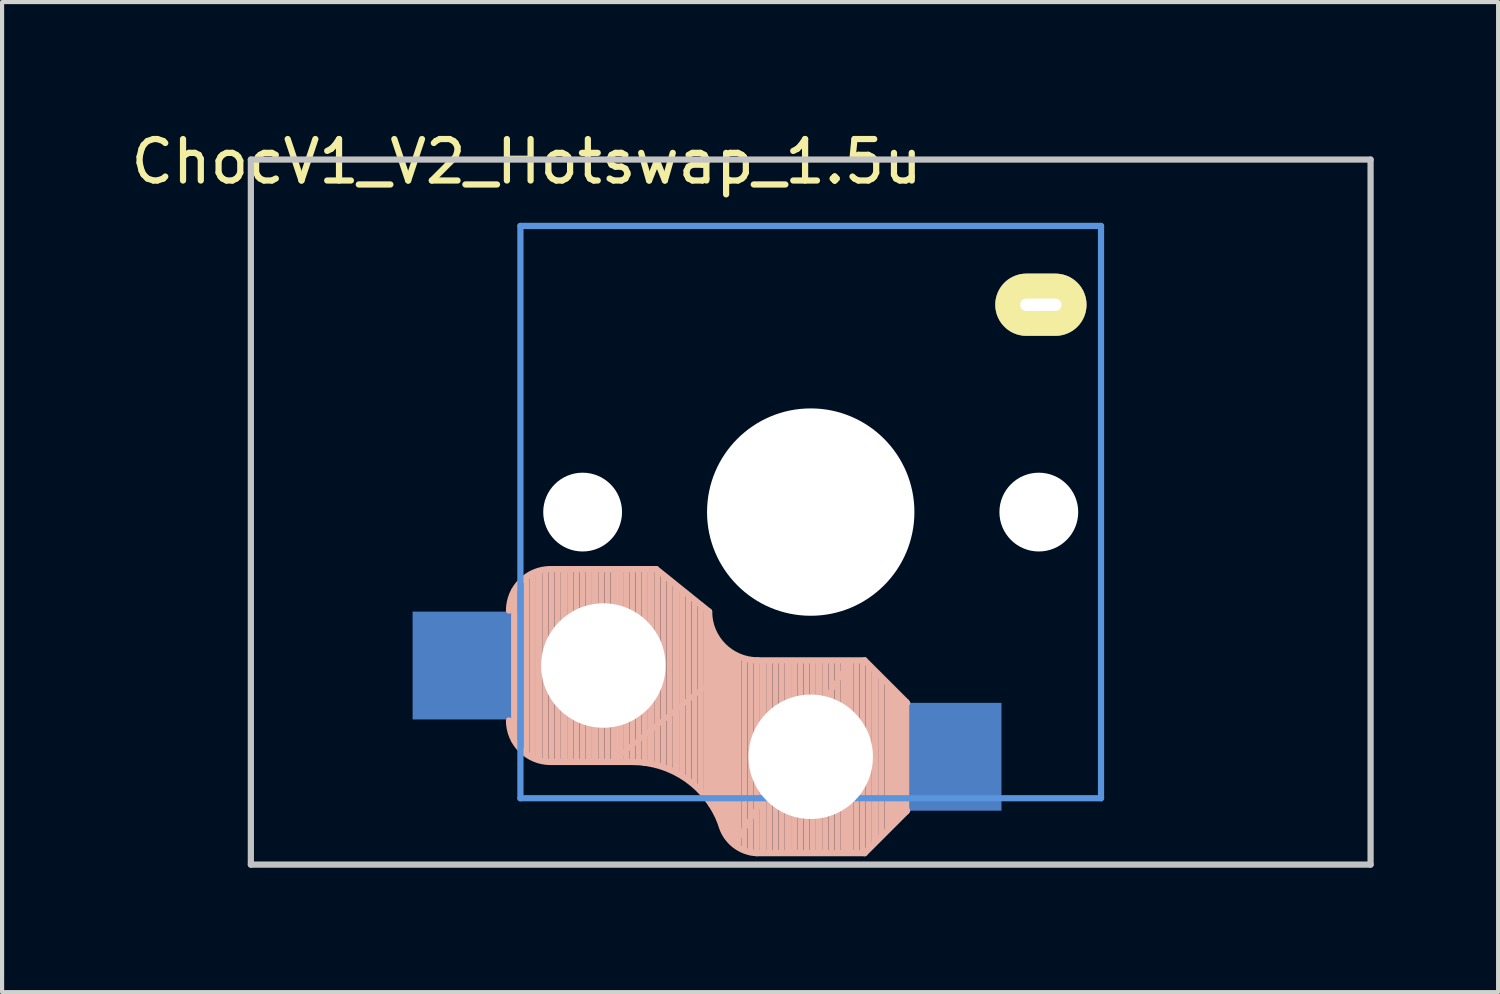
<source format=kicad_pcb>
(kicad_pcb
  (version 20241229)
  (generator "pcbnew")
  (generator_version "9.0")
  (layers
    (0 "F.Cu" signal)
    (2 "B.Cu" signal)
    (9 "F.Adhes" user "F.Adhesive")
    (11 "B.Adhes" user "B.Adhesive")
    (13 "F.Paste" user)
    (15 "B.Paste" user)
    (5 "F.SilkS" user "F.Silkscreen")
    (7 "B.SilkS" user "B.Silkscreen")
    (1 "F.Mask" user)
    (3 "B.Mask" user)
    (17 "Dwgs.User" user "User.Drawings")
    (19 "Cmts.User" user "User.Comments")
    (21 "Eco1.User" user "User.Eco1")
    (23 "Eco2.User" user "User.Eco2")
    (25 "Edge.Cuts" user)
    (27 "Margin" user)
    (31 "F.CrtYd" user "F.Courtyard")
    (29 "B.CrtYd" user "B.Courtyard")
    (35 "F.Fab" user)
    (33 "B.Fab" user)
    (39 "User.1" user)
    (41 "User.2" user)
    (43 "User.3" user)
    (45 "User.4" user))
  (footprint "ChocV1_V2_Hotswap_1.5u"
    (layer "F.Cu")
    (at 16.499 9.298)
    (property "Reference" "ChocV1_V2_Hotswap_1.5u" (at -6.85 -8.45 0) (layer "F.SilkS") (effects (font (size 1 1) (thickness 0.15))))
    (attr through_hole)
    (fp_line (start -7.15 5.5) (end -7.15 1.9) (stroke (width 0.15) (type solid)) (layer "B.SilkS"))
    (fp_line (start -7 5.7) (end -7 1.7) (stroke (width 0.15) (type solid)) (layer "B.SilkS"))
    (fp_line (start -6.85 5.8) (end -6.85 1.6) (stroke (width 0.15) (type solid)) (layer "B.SilkS"))
    (fp_line (start -6.7 5.9) (end -6.7 1.5) (stroke (width 0.15) (type solid)) (layer "B.SilkS"))
    (fp_line (start -6.55 5.95) (end -6.55 1.45) (stroke (width 0.15) (type solid)) (layer "B.SilkS"))
    (fp_line (start -6.4 6) (end -6.4 1.45) (stroke (width 0.15) (type solid)) (layer "B.SilkS"))
    (fp_line (start -6.25 6) (end -6.25 1.4) (stroke (width 0.15) (type solid)) (layer "B.SilkS"))
    (fp_line (start -6.1 6) (end -6.1 1.4) (stroke (width 0.15) (type solid)) (layer "B.SilkS"))
    (fp_line (start -5.95 6) (end -5.95 1.4) (stroke (width 0.15) (type solid)) (layer "B.SilkS"))
    (fp_line (start -5.8 6) (end -5.8 1.4) (stroke (width 0.15) (type solid)) (layer "B.SilkS"))
    (fp_line (start -5.65 6) (end -5.65 1.4) (stroke (width 0.15) (type solid)) (layer "B.SilkS"))
    (fp_line (start -5.5 6) (end -5.5 1.4) (stroke (width 0.15) (type solid)) (layer "B.SilkS"))
    (fp_line (start -5.35 6) (end -5.35 1.4) (stroke (width 0.15) (type solid)) (layer "B.SilkS"))
    (fp_line (start -5.2 6) (end -5.2 1.4) (stroke (width 0.15) (type solid)) (layer "B.SilkS"))
    (fp_line (start -5.05 6) (end -5.05 1.4) (stroke (width 0.15) (type solid)) (layer "B.SilkS"))
    (fp_line (start -4.9 6) (end -4.9 1.4) (stroke (width 0.15) (type solid)) (layer "B.SilkS"))
    (fp_line (start -4.75 6) (end -4.75 1.4) (stroke (width 0.15) (type solid)) (layer "B.SilkS"))
    (fp_line (start -4.65 5.9) (end -4.65 1.4) (stroke (width 0.12) (type solid)) (layer "B.SilkS"))
    (fp_line (start -4.6 6) (end -4.6 1.4) (stroke (width 0.15) (type solid)) (layer "B.SilkS"))
    (fp_line (start -4.45 6) (end -4.45 1.4) (stroke (width 0.15) (type solid)) (layer "B.SilkS"))
    (fp_line (start -4.3 6) (end -4.3 1.4) (stroke (width 0.15) (type solid)) (layer "B.SilkS"))
    (fp_line (start -4.3 6.025) (end -6.275 6.025) (stroke (width 0.15) (type solid)) (layer "B.SilkS"))
    (fp_line (start -4.15 6) (end -4.15 1.45) (stroke (width 0.15) (type solid)) (layer "B.SilkS"))
    (fp_line (start -4 6.05) (end -4 1.4) (stroke (width 0.15) (type solid)) (layer "B.SilkS"))
    (fp_line (start -3.85 6.05) (end -3.85 1.4) (stroke (width 0.15) (type solid)) (layer "B.SilkS"))
    (fp_line (start -3.725 1.375) (end -6.275 1.375) (stroke (width 0.15) (type solid)) (layer "B.SilkS"))
    (fp_line (start -3.725 1.375) (end -2.45 2.4) (stroke (width 0.15) (type solid)) (layer "B.SilkS"))
    (fp_line (start -3.7 6.05) (end -3.7 1.45) (stroke (width 0.15) (type solid)) (layer "B.SilkS"))
    (fp_line (start -3.55 6.1) (end -3.55 1.55) (stroke (width 0.15) (type solid)) (layer "B.SilkS"))
    (fp_line (start -3.4 6.2) (end -3.4 1.65) (stroke (width 0.15) (type solid)) (layer "B.SilkS"))
    (fp_line (start -3.25 6.25) (end -3.25 1.8) (stroke (width 0.15) (type solid)) (layer "B.SilkS"))
    (fp_line (start -3.1 6.35) (end -3.1 1.9) (stroke (width 0.15) (type solid)) (layer "B.SilkS"))
    (fp_line (start -2.95 6.45) (end -2.95 2.05) (stroke (width 0.15) (type solid)) (layer "B.SilkS"))
    (fp_line (start -2.8 6.55) (end -2.8 2.15) (stroke (width 0.15) (type solid)) (layer "B.SilkS"))
    (fp_line (start -2.65 6.7) (end -2.65 2.25) (stroke (width 0.15) (type solid)) (layer "B.SilkS"))
    (fp_line (start -2.5 6.85) (end -2.5 2.4) (stroke (width 0.15) (type solid)) (layer "B.SilkS"))
    (fp_line (start -2.4 7.05) (end -2.4 2.9) (stroke (width 0.15) (type solid)) (layer "B.SilkS"))
    (fp_line (start -2.3 7.2) (end -2.3 3.05) (stroke (width 0.15) (type solid)) (layer "B.SilkS"))
    (fp_line (start -2.2 7.4) (end -2.2 3.25) (stroke (width 0.15) (type solid)) (layer "B.SilkS"))
    (fp_line (start -2.1 7.55) (end -2.1 3.35) (stroke (width 0.15) (type solid)) (layer "B.SilkS"))
    (fp_line (start -2 7.8) (end -2 3.4) (stroke (width 0.15) (type solid)) (layer "B.SilkS"))
    (fp_line (start -1.9 7.95) (end -1.9 3.45) (stroke (width 0.15) (type solid)) (layer "B.SilkS"))
    (fp_line (start -1.8 3.6) (end -4.65 5.9) (stroke (width 0.12) (type solid)) (layer "B.SilkS"))
    (fp_line (start -1.8 7.95) (end -1.8 3.6) (stroke (width 0.12) (type solid)) (layer "B.SilkS"))
    (fp_line (start -1.75 8.05) (end -1.75 3.5) (stroke (width 0.15) (type solid)) (layer "B.SilkS"))
    (fp_line (start -1.6 8.15) (end -1.6 3.6) (stroke (width 0.15) (type solid)) (layer "B.SilkS"))
    (fp_line (start -1.45 8.2) (end -1.45 3.6) (stroke (width 0.15) (type solid)) (layer "B.SilkS"))
    (fp_line (start -1.3 8.2) (end -1.3 3.6) (stroke (width 0.15) (type solid)) (layer "B.SilkS"))
    (fp_line (start -1.15 8.2) (end -1.15 3.65) (stroke (width 0.15) (type solid)) (layer "B.SilkS"))
    (fp_line (start -1 8.2) (end -1 3.6) (stroke (width 0.15) (type solid)) (layer "B.SilkS"))
    (fp_line (start -0.85 8.2) (end -0.85 3.6) (stroke (width 0.15) (type solid)) (layer "B.SilkS"))
    (fp_line (start -0.7 8.2) (end -0.7 3.6) (stroke (width 0.15) (type solid)) (layer "B.SilkS"))
    (fp_line (start -0.55 8.2) (end -0.55 3.6) (stroke (width 0.15) (type solid)) (layer "B.SilkS"))
    (fp_line (start -0.4 8.2) (end -0.4 3.6) (stroke (width 0.15) (type solid)) (layer "B.SilkS"))
    (fp_line (start -0.25 8.2) (end -0.25 3.6) (stroke (width 0.15) (type solid)) (layer "B.SilkS"))
    (fp_line (start -0.1 8.2) (end -0.1 3.6) (stroke (width 0.15) (type solid)) (layer "B.SilkS"))
    (fp_line (start 0.05 8.2) (end 0.05 3.6) (stroke (width 0.15) (type solid)) (layer "B.SilkS"))
    (fp_line (start 0.2 8.2) (end 0.2 3.6) (stroke (width 0.15) (type solid)) (layer "B.SilkS"))
    (fp_line (start 0.35 8.2) (end 0.35 3.6) (stroke (width 0.15) (type solid)) (layer "B.SilkS"))
    (fp_line (start 0.5 8.2) (end 0.5 3.6) (stroke (width 0.15) (type solid)) (layer "B.SilkS"))
    (fp_line (start 0.65 8.2) (end 0.65 3.6) (stroke (width 0.15) (type solid)) (layer "B.SilkS"))
    (fp_line (start 0.8 8.2) (end 0.8 3.6) (stroke (width 0.15) (type solid)) (layer "B.SilkS"))
    (fp_line (start 0.9 3.65) (end -1.8 7.95) (stroke (width 0.12) (type solid)) (layer "B.SilkS"))
    (fp_line (start 0.9 8.1) (end 0.9 3.65) (stroke (width 0.12) (type solid)) (layer "B.SilkS"))
    (fp_line (start 0.95 8.2) (end 0.95 3.6) (stroke (width 0.15) (type solid)) (layer "B.SilkS"))
    (fp_line (start 1.1 8.2) (end 1.1 3.6) (stroke (width 0.15) (type solid)) (layer "B.SilkS"))
    (fp_line (start 1.25 8.2) (end 1.25 3.6) (stroke (width 0.15) (type solid)) (layer "B.SilkS"))
    (fp_line (start 1.3 3.575) (end -1.275 3.575) (stroke (width 0.15) (type solid)) (layer "B.SilkS"))
    (fp_line (start 1.3 3.575) (end 2.325 4.6) (stroke (width 0.15) (type solid)) (layer "B.SilkS"))
    (fp_line (start 1.3 8.225) (end -1.3 8.225) (stroke (width 0.15) (type solid)) (layer "B.SilkS"))
    (fp_line (start 1.3 8.225) (end 2.325 7.2) (stroke (width 0.15) (type solid)) (layer "B.SilkS"))
    (fp_line (start 1.4 8.1) (end 1.4 3.7) (stroke (width 0.15) (type solid)) (layer "B.SilkS"))
    (fp_line (start 1.55 7.95) (end 1.55 3.85) (stroke (width 0.15) (type solid)) (layer "B.SilkS"))
    (fp_line (start 1.7 7.8) (end 1.7 4) (stroke (width 0.15) (type solid)) (layer "B.SilkS"))
    (fp_line (start 1.85 7.65) (end 1.85 4.15) (stroke (width 0.15) (type solid)) (layer "B.SilkS"))
    (fp_line (start 1.95 7.55) (end 1.95 4.3) (stroke (width 0.15) (type solid)) (layer "B.SilkS"))
    (fp_line (start 2.05 7.45) (end 2.05 4.4) (stroke (width 0.15) (type solid)) (layer "B.SilkS"))
    (fp_line (start 2.15 7.35) (end 2.15 4.5) (stroke (width 0.15) (type solid)) (layer "B.SilkS"))
    (fp_line (start 2.3 4.575) (end 2.3 7.225) (stroke (width 0.15) (type solid)) (layer "B.SilkS"))
    (fp_arc (start -7.275 2.375) (mid -6.982107 1.667893) (end -6.275 1.375) (stroke (width 0.15) (type solid)) (layer "B.SilkS"))
    (fp_arc (start -6.275 6.025) (mid -6.982107 5.732107) (end -7.275 5.025) (stroke (width 0.15) (type solid)) (layer "B.SilkS"))
    (fp_arc (start -4.3 6.025) (mid -2.995114 6.436429) (end -2.162199 7.521904) (stroke (width 0.15) (type solid)) (layer "B.SilkS"))
    (fp_arc (start -1.300995 8.223791) (mid -1.848284 8.016021) (end -2.162199 7.521904) (stroke (width 0.15) (type solid)) (layer "B.SilkS"))
    (fp_arc (start -1.275 3.575) (mid -2.10585 3.23085) (end -2.45 2.4) (stroke (width 0.15) (type solid)) (layer "B.SilkS"))
    (fp_line (start -13.5 -8.5) (end -13.5 8.5) (stroke (width 0.15) (type solid)) (layer "Dwgs.User"))
    (fp_line (start -13.5 -8.5) (end 13.5 -8.5) (stroke (width 0.15) (type solid)) (layer "Dwgs.User"))
    (fp_line (start -13.5 8.5) (end 13.5 8.5) (stroke (width 0.15) (type solid)) (layer "Dwgs.User"))
    (fp_line (start 13.5 -8.5) (end 13.5 8.5) (stroke (width 0.15) (type solid)) (layer "Dwgs.User"))
    (fp_line (start -7 -6.9) (end -7 6.9) (stroke (width 0.15) (type solid)) (layer "Cmts.User"))
    (fp_line (start -7 -6.9) (end 7 -6.9) (stroke (width 0.15) (type solid)) (layer "Cmts.User"))
    (fp_line (start -7 6.9) (end 7 6.9) (stroke (width 0.15) (type solid)) (layer "Cmts.User"))
    (fp_line (start 7 -6.9) (end 7 6.9) (stroke (width 0.15) (type solid)) (layer "Cmts.User"))
    (fp_line (start -7.5 -7.5) (end -7.5 7.5) (stroke (width 0.12) (type solid)) (layer "Eco2.User"))
    (fp_line (start -7.5 -7.5) (end 7.5 -7.5) (stroke (width 0.12) (type solid)) (layer "Eco2.User"))
    (fp_line (start -7.5 7.5) (end 7.5 7.5) (stroke (width 0.12) (type solid)) (layer "Eco2.User"))
    (fp_line (start 7.5 -7.5) (end 7.5 7.5) (stroke (width 0.12) (type solid)) (layer "Eco2.User"))
    (pad "" np_thru_hole circle (at -5.5 0 90) (size 1.9 1.9) (drill 1.9) (layers "*.Cu"))
    (pad "" np_thru_hole circle (at -5 3.7 90) (size 3 3) (drill 3) (layers "*.Cu" "*.Mask"))
    (pad "" np_thru_hole circle (at 0 0 90) (size 5 5) (drill 5) (layers "*.Cu"))
    (pad "" np_thru_hole circle (at 0 5.9 90) (size 3 3) (drill 3) (layers "*.Cu" "*.Mask"))
    (pad "" np_thru_hole circle (at 5.5 0 90) (size 1.9 1.9) (drill 1.9) (layers "*.Cu"))
    (pad "" thru_hole oval (at 5.55 -5 180) (size 2.2 1.5) (drill oval 1 0.3) (layers "*.Cu" "B.Mask" "F.SilkS"))
    (pad "1" smd rect (at -8.3 3.7 180) (size 2.6 2.6) (layers "B.Cu" "B.Mask" "B.Paste"))
    (pad "2" smd rect (at 3.3 5.9 180) (size 2.6 2.6) (layers "B.Cu" "B.Mask" "B.Paste")))
  (gr_rect
    (start -3 -3)
    (end 33.074 20.873)
    (stroke (width 0.1) (type default))
    (fill no)
    (layer "Edge.Cuts")))
</source>
